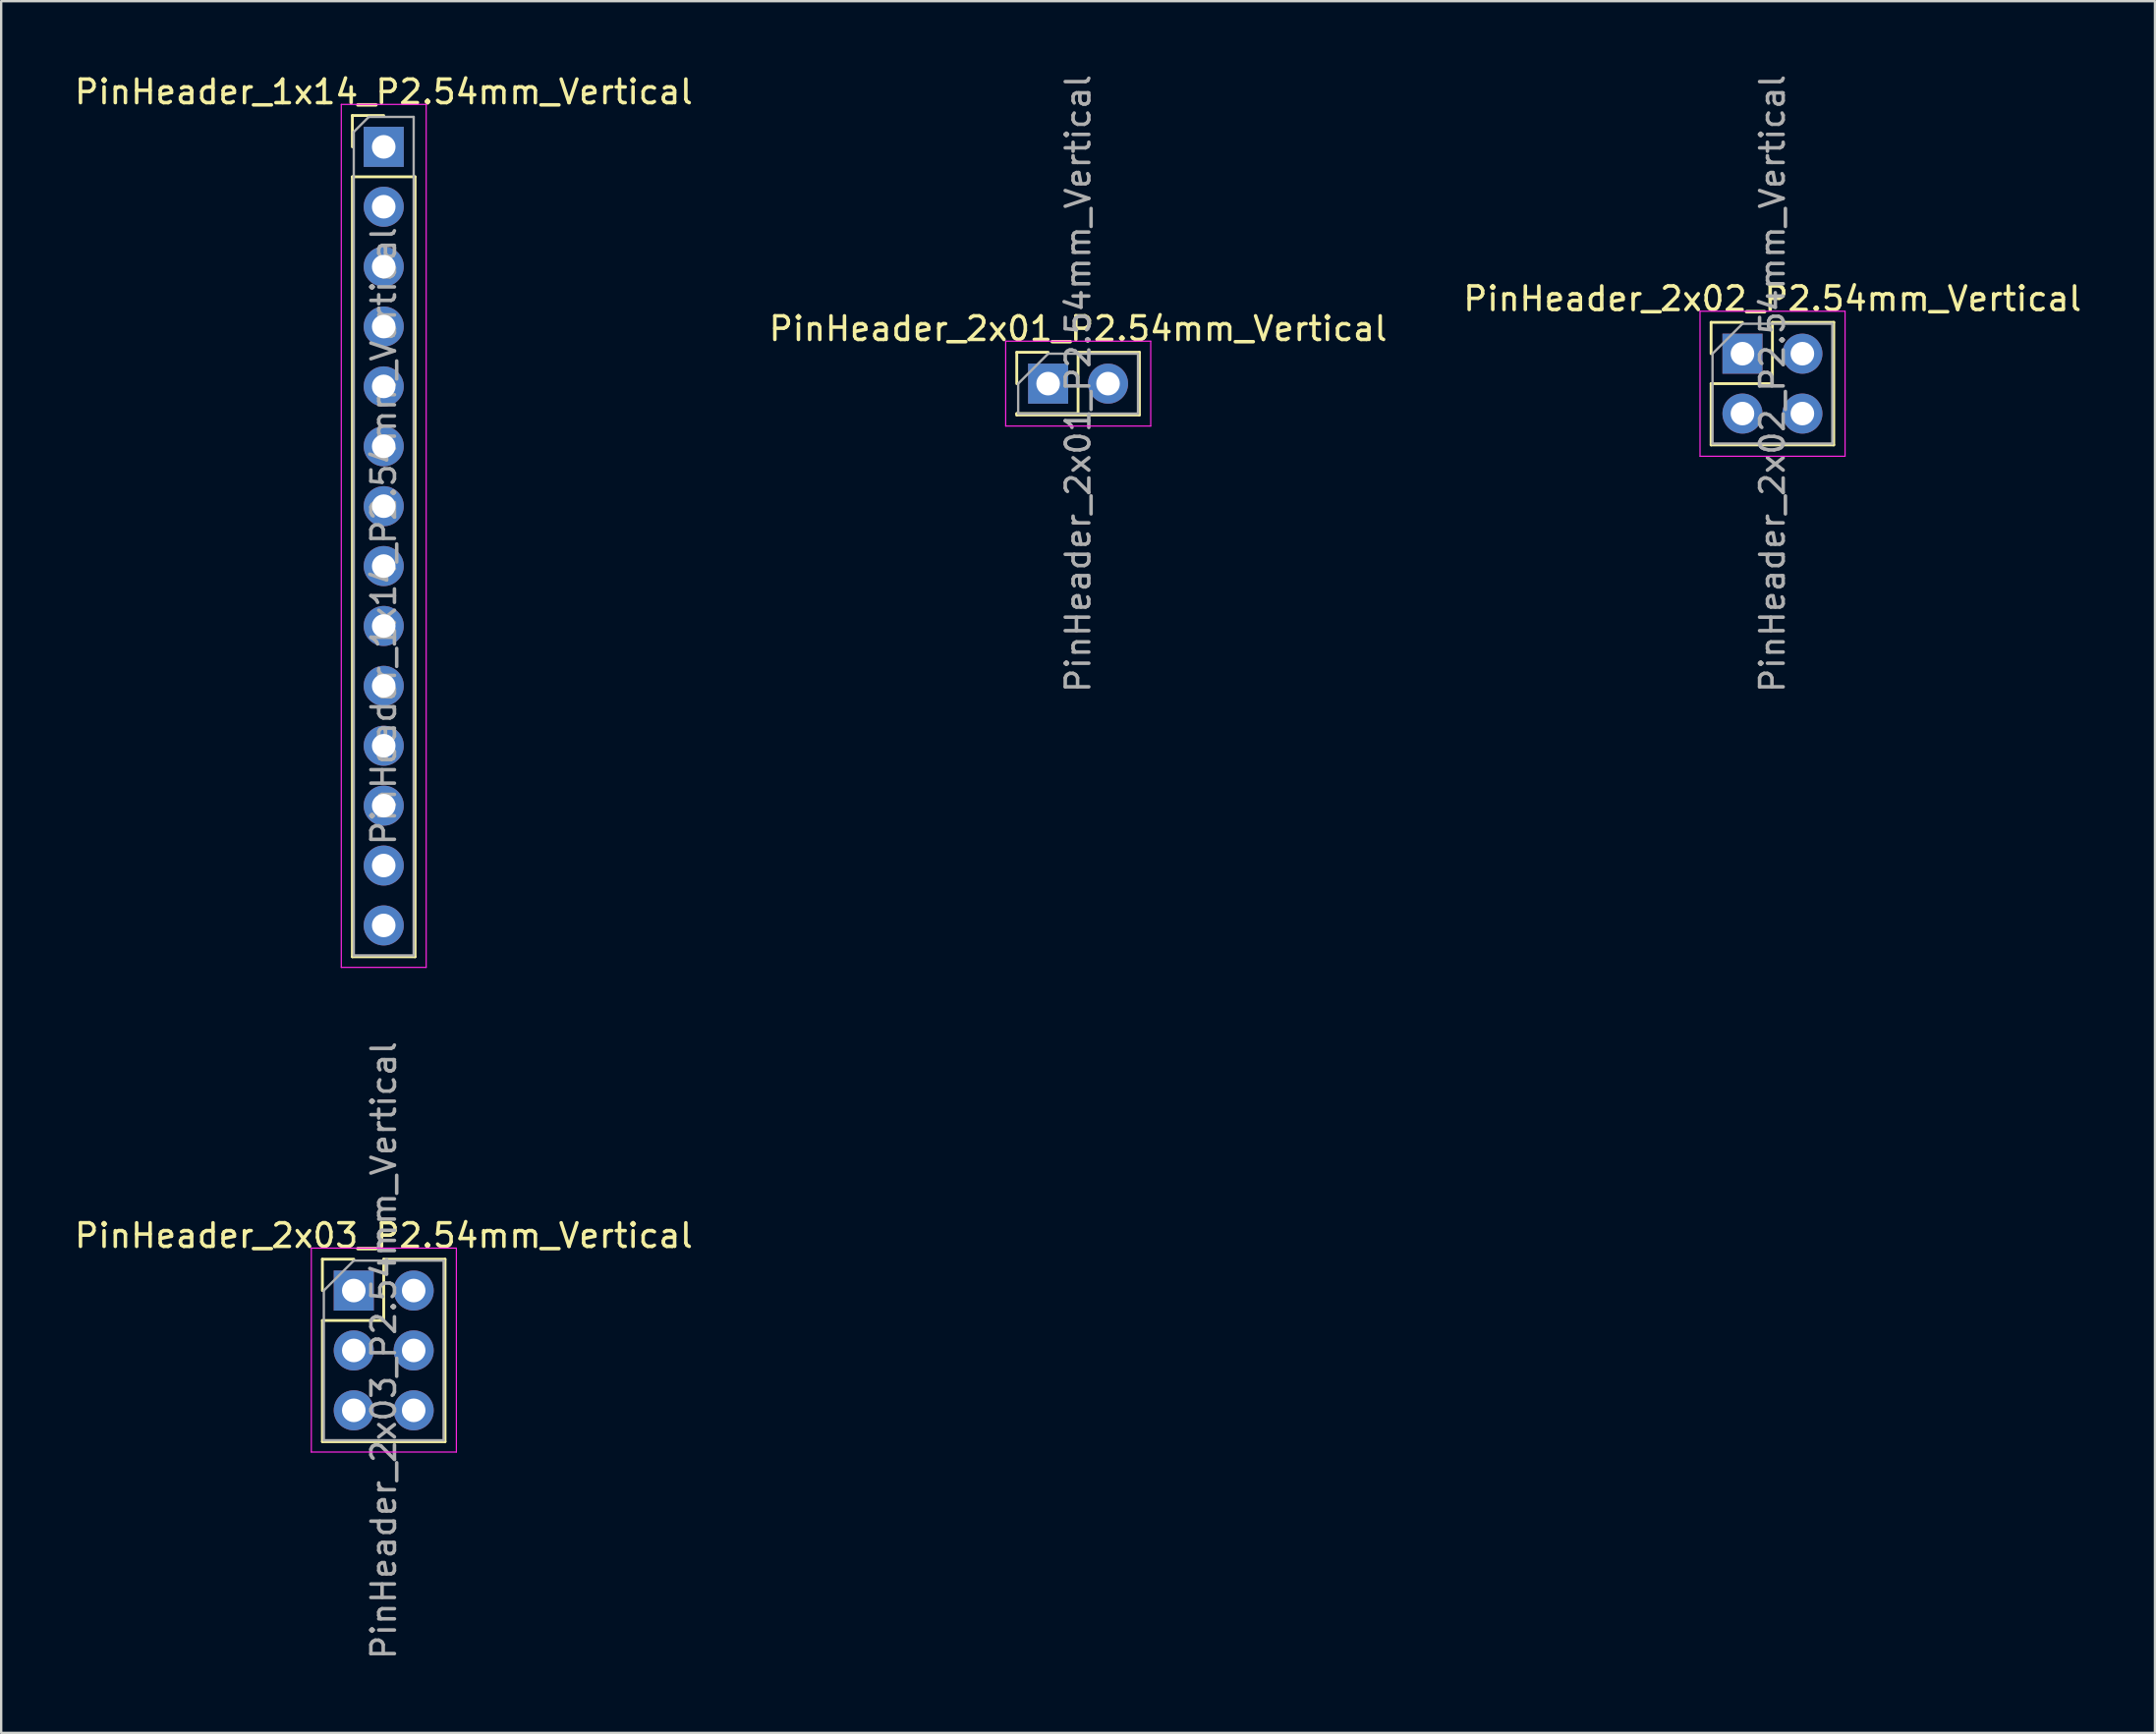
<source format=kicad_pcb>
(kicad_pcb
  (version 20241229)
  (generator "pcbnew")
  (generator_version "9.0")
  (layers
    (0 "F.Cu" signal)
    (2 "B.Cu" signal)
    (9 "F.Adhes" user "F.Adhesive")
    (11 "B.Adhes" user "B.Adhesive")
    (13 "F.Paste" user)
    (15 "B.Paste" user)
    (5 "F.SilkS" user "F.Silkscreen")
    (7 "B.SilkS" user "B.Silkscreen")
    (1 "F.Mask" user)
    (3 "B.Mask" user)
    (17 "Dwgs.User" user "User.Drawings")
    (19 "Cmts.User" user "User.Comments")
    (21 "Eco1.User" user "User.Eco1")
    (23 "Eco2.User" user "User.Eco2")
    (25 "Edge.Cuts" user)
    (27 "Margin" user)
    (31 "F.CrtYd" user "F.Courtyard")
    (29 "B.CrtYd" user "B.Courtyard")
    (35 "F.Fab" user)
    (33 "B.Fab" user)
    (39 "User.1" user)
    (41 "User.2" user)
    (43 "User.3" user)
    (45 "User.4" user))
  (footprint "PinHeader_2x03_P2.54mm_Vertical"
    (layer "F.Cu")
    (at 11.95 51.683)
    (property "Reference" "PinHeader_2x03_P2.54mm_Vertical" (at 1.27 -2.33 0) (layer "F.SilkS") (effects (font (size 1 1) (thickness 0.15))))
    (attr through_hole)
    (fp_line (start -1.33 -1.33) (end 0 -1.33) (stroke (width 0.12) (type solid)) (layer "F.SilkS"))
    (fp_line (start -1.33 0) (end -1.33 -1.33) (stroke (width 0.12) (type solid)) (layer "F.SilkS"))
    (fp_line (start -1.33 1.27) (end -1.33 6.41) (stroke (width 0.12) (type solid)) (layer "F.SilkS"))
    (fp_line (start -1.33 1.27) (end 1.27 1.27) (stroke (width 0.12) (type solid)) (layer "F.SilkS"))
    (fp_line (start -1.33 6.41) (end 3.87 6.41) (stroke (width 0.12) (type solid)) (layer "F.SilkS"))
    (fp_line (start 1.27 -1.33) (end 3.87 -1.33) (stroke (width 0.12) (type solid)) (layer "F.SilkS"))
    (fp_line (start 1.27 1.27) (end 1.27 -1.33) (stroke (width 0.12) (type solid)) (layer "F.SilkS"))
    (fp_line (start 3.87 -1.33) (end 3.87 6.41) (stroke (width 0.12) (type solid)) (layer "F.SilkS"))
    (fp_line (start -1.8 -1.8) (end -1.8 6.85) (stroke (width 0.05) (type solid)) (layer "F.CrtYd"))
    (fp_line (start -1.8 6.85) (end 4.35 6.85) (stroke (width 0.05) (type solid)) (layer "F.CrtYd"))
    (fp_line (start 4.35 -1.8) (end -1.8 -1.8) (stroke (width 0.05) (type solid)) (layer "F.CrtYd"))
    (fp_line (start 4.35 6.85) (end 4.35 -1.8) (stroke (width 0.05) (type solid)) (layer "F.CrtYd"))
    (fp_line (start -1.27 0) (end 0 -1.27) (stroke (width 0.1) (type solid)) (layer "F.Fab"))
    (fp_line (start -1.27 6.35) (end -1.27 0) (stroke (width 0.1) (type solid)) (layer "F.Fab"))
    (fp_line (start 0 -1.27) (end 3.81 -1.27) (stroke (width 0.1) (type solid)) (layer "F.Fab"))
    (fp_line (start 3.81 -1.27) (end 3.81 6.35) (stroke (width 0.1) (type solid)) (layer "F.Fab"))
    (fp_line (start 3.81 6.35) (end -1.27 6.35) (stroke (width 0.1) (type solid)) (layer "F.Fab"))
    (fp_text user "${REFERENCE}" (at 1.27 2.54 90) (layer "F.Fab") (effects (font (size 1 1) (thickness 0.15))))
    (pad "1" thru_hole rect (at 0 0) (size 1.7 1.7) (drill 1) (layers "*.Cu" "*.Mask"))
    (pad "2" thru_hole oval (at 2.54 0) (size 1.7 1.7) (drill 1) (layers "*.Cu" "*.Mask"))
    (pad "3" thru_hole oval (at 0 2.54) (size 1.7 1.7) (drill 1) (layers "*.Cu" "*.Mask"))
    (pad "4" thru_hole oval (at 2.54 2.54) (size 1.7 1.7) (drill 1) (layers "*.Cu" "*.Mask"))
    (pad "5" thru_hole oval (at 0 5.08) (size 1.7 1.7) (drill 1) (layers "*.Cu" "*.Mask"))
    (pad "6" thru_hole oval (at 2.54 5.08) (size 1.7 1.7) (drill 1) (layers "*.Cu" "*.Mask")))
  (footprint "PinHeader_2x02_P2.54mm_Vertical"
    (layer "F.Cu")
    (at 70.831 11.95)
    (property "Reference" "PinHeader_2x02_P2.54mm_Vertical" (at 1.27 -2.33 0) (layer "F.SilkS") (effects (font (size 1 1) (thickness 0.15))))
    (attr through_hole)
    (fp_line (start -1.33 -1.33) (end 0 -1.33) (stroke (width 0.12) (type solid)) (layer "F.SilkS"))
    (fp_line (start -1.33 0) (end -1.33 -1.33) (stroke (width 0.12) (type solid)) (layer "F.SilkS"))
    (fp_line (start -1.33 1.27) (end -1.33 3.87) (stroke (width 0.12) (type solid)) (layer "F.SilkS"))
    (fp_line (start -1.33 1.27) (end 1.27 1.27) (stroke (width 0.12) (type solid)) (layer "F.SilkS"))
    (fp_line (start -1.33 3.87) (end 3.87 3.87) (stroke (width 0.12) (type solid)) (layer "F.SilkS"))
    (fp_line (start 1.27 -1.33) (end 3.87 -1.33) (stroke (width 0.12) (type solid)) (layer "F.SilkS"))
    (fp_line (start 1.27 1.27) (end 1.27 -1.33) (stroke (width 0.12) (type solid)) (layer "F.SilkS"))
    (fp_line (start 3.87 -1.33) (end 3.87 3.87) (stroke (width 0.12) (type solid)) (layer "F.SilkS"))
    (fp_line (start -1.8 -1.8) (end -1.8 4.35) (stroke (width 0.05) (type solid)) (layer "F.CrtYd"))
    (fp_line (start -1.8 4.35) (end 4.35 4.35) (stroke (width 0.05) (type solid)) (layer "F.CrtYd"))
    (fp_line (start 4.35 -1.8) (end -1.8 -1.8) (stroke (width 0.05) (type solid)) (layer "F.CrtYd"))
    (fp_line (start 4.35 4.35) (end 4.35 -1.8) (stroke (width 0.05) (type solid)) (layer "F.CrtYd"))
    (fp_line (start -1.27 0) (end 0 -1.27) (stroke (width 0.1) (type solid)) (layer "F.Fab"))
    (fp_line (start -1.27 3.81) (end -1.27 0) (stroke (width 0.1) (type solid)) (layer "F.Fab"))
    (fp_line (start 0 -1.27) (end 3.81 -1.27) (stroke (width 0.1) (type solid)) (layer "F.Fab"))
    (fp_line (start 3.81 -1.27) (end 3.81 3.81) (stroke (width 0.1) (type solid)) (layer "F.Fab"))
    (fp_line (start 3.81 3.81) (end -1.27 3.81) (stroke (width 0.1) (type solid)) (layer "F.Fab"))
    (fp_text user "${REFERENCE}" (at 1.27 1.27 90) (layer "F.Fab") (effects (font (size 1 1) (thickness 0.15))))
    (pad "1" thru_hole rect (at 0 0) (size 1.7 1.7) (drill 1) (layers "*.Cu" "*.Mask"))
    (pad "2" thru_hole oval (at 2.54 0) (size 1.7 1.7) (drill 1) (layers "*.Cu" "*.Mask"))
    (pad "3" thru_hole oval (at 0 2.54) (size 1.7 1.7) (drill 1) (layers "*.Cu" "*.Mask"))
    (pad "4" thru_hole oval (at 2.54 2.54) (size 1.7 1.7) (drill 1) (layers "*.Cu" "*.Mask")))
  (footprint "PinHeader_2x01_P2.54mm_Vertical"
    (layer "F.Cu")
    (at 41.391 13.22)
    (property "Reference" "PinHeader_2x01_P2.54mm_Vertical" (at 1.27 -2.33 0) (layer "F.SilkS") (effects (font (size 1 1) (thickness 0.15))))
    (attr through_hole)
    (fp_line (start -1.33 -1.33) (end 0 -1.33) (stroke (width 0.12) (type solid)) (layer "F.SilkS"))
    (fp_line (start -1.33 0) (end -1.33 -1.33) (stroke (width 0.12) (type solid)) (layer "F.SilkS"))
    (fp_line (start -1.33 1.27) (end -1.33 1.33) (stroke (width 0.12) (type solid)) (layer "F.SilkS"))
    (fp_line (start -1.33 1.27) (end 1.27 1.27) (stroke (width 0.12) (type solid)) (layer "F.SilkS"))
    (fp_line (start -1.33 1.33) (end 3.87 1.33) (stroke (width 0.12) (type solid)) (layer "F.SilkS"))
    (fp_line (start 1.27 -1.33) (end 3.87 -1.33) (stroke (width 0.12) (type solid)) (layer "F.SilkS"))
    (fp_line (start 1.27 1.27) (end 1.27 -1.33) (stroke (width 0.12) (type solid)) (layer "F.SilkS"))
    (fp_line (start 3.87 -1.33) (end 3.87 1.33) (stroke (width 0.12) (type solid)) (layer "F.SilkS"))
    (fp_line (start -1.8 -1.8) (end -1.8 1.8) (stroke (width 0.05) (type solid)) (layer "F.CrtYd"))
    (fp_line (start -1.8 1.8) (end 4.35 1.8) (stroke (width 0.05) (type solid)) (layer "F.CrtYd"))
    (fp_line (start 4.35 -1.8) (end -1.8 -1.8) (stroke (width 0.05) (type solid)) (layer "F.CrtYd"))
    (fp_line (start 4.35 1.8) (end 4.35 -1.8) (stroke (width 0.05) (type solid)) (layer "F.CrtYd"))
    (fp_line (start -1.27 0) (end 0 -1.27) (stroke (width 0.1) (type solid)) (layer "F.Fab"))
    (fp_line (start -1.27 1.27) (end -1.27 0) (stroke (width 0.1) (type solid)) (layer "F.Fab"))
    (fp_line (start 0 -1.27) (end 3.81 -1.27) (stroke (width 0.1) (type solid)) (layer "F.Fab"))
    (fp_line (start 3.81 -1.27) (end 3.81 1.27) (stroke (width 0.1) (type solid)) (layer "F.Fab"))
    (fp_line (start 3.81 1.27) (end -1.27 1.27) (stroke (width 0.1) (type solid)) (layer "F.Fab"))
    (fp_text user "${REFERENCE}" (at 1.27 0 90) (layer "F.Fab") (effects (font (size 1 1) (thickness 0.15))))
    (pad "1" thru_hole rect (at 0 0) (size 1.7 1.7) (drill 1) (layers "*.Cu" "*.Mask"))
    (pad "2" thru_hole oval (at 2.54 0) (size 1.7 1.7) (drill 1) (layers "*.Cu" "*.Mask")))
  (footprint "PinHeader_1x14_P2.54mm_Vertical"
    (layer "F.Cu")
    (at 13.22 3.178)
    (property "Reference" "PinHeader_1x14_P2.54mm_Vertical" (at 0 -2.33 0) (layer "F.SilkS") (effects (font (size 1 1) (thickness 0.15))))
    (attr through_hole)
    (fp_line (start -1.33 -1.33) (end 0 -1.33) (stroke (width 0.12) (type solid)) (layer "F.SilkS"))
    (fp_line (start -1.33 0) (end -1.33 -1.33) (stroke (width 0.12) (type solid)) (layer "F.SilkS"))
    (fp_line (start -1.33 1.27) (end -1.33 34.35) (stroke (width 0.12) (type solid)) (layer "F.SilkS"))
    (fp_line (start -1.33 1.27) (end 1.33 1.27) (stroke (width 0.12) (type solid)) (layer "F.SilkS"))
    (fp_line (start -1.33 34.35) (end 1.33 34.35) (stroke (width 0.12) (type solid)) (layer "F.SilkS"))
    (fp_line (start 1.33 1.27) (end 1.33 34.35) (stroke (width 0.12) (type solid)) (layer "F.SilkS"))
    (fp_line (start -1.8 -1.8) (end -1.8 34.8) (stroke (width 0.05) (type solid)) (layer "F.CrtYd"))
    (fp_line (start -1.8 34.8) (end 1.8 34.8) (stroke (width 0.05) (type solid)) (layer "F.CrtYd"))
    (fp_line (start 1.8 -1.8) (end -1.8 -1.8) (stroke (width 0.05) (type solid)) (layer "F.CrtYd"))
    (fp_line (start 1.8 34.8) (end 1.8 -1.8) (stroke (width 0.05) (type solid)) (layer "F.CrtYd"))
    (fp_line (start -1.27 -0.635) (end -0.635 -1.27) (stroke (width 0.1) (type solid)) (layer "F.Fab"))
    (fp_line (start -1.27 34.29) (end -1.27 -0.635) (stroke (width 0.1) (type solid)) (layer "F.Fab"))
    (fp_line (start -0.635 -1.27) (end 1.27 -1.27) (stroke (width 0.1) (type solid)) (layer "F.Fab"))
    (fp_line (start 1.27 -1.27) (end 1.27 34.29) (stroke (width 0.1) (type solid)) (layer "F.Fab"))
    (fp_line (start 1.27 34.29) (end -1.27 34.29) (stroke (width 0.1) (type solid)) (layer "F.Fab"))
    (fp_text user "${REFERENCE}" (at 0 16.51 90) (layer "F.Fab") (effects (font (size 1 1) (thickness 0.15))))
    (pad "1" thru_hole rect (at 0 0) (size 1.7 1.7) (drill 1) (layers "*.Cu" "*.Mask"))
    (pad "2" thru_hole oval (at 0 2.54) (size 1.7 1.7) (drill 1) (layers "*.Cu" "*.Mask"))
    (pad "3" thru_hole oval (at 0 5.08) (size 1.7 1.7) (drill 1) (layers "*.Cu" "*.Mask"))
    (pad "4" thru_hole oval (at 0 7.62) (size 1.7 1.7) (drill 1) (layers "*.Cu" "*.Mask"))
    (pad "5" thru_hole oval (at 0 10.16) (size 1.7 1.7) (drill 1) (layers "*.Cu" "*.Mask"))
    (pad "6" thru_hole oval (at 0 12.7) (size 1.7 1.7) (drill 1) (layers "*.Cu" "*.Mask"))
    (pad "7" thru_hole oval (at 0 15.24) (size 1.7 1.7) (drill 1) (layers "*.Cu" "*.Mask"))
    (pad "8" thru_hole oval (at 0 17.78) (size 1.7 1.7) (drill 1) (layers "*.Cu" "*.Mask"))
    (pad "9" thru_hole oval (at 0 20.32) (size 1.7 1.7) (drill 1) (layers "*.Cu" "*.Mask"))
    (pad "10" thru_hole oval (at 0 22.86) (size 1.7 1.7) (drill 1) (layers "*.Cu" "*.Mask"))
    (pad "11" thru_hole oval (at 0 25.4) (size 1.7 1.7) (drill 1) (layers "*.Cu" "*.Mask"))
    (pad "12" thru_hole oval (at 0 27.94) (size 1.7 1.7) (drill 1) (layers "*.Cu" "*.Mask"))
    (pad "13" thru_hole oval (at 0 30.48) (size 1.7 1.7) (drill 1) (layers "*.Cu" "*.Mask"))
    (pad "14" thru_hole oval (at 0 33.02) (size 1.7 1.7) (drill 1) (layers "*.Cu" "*.Mask")))
  (gr_rect
    (start -3 -3)
    (end 88.321 70.444)
    (stroke (width 0.1) (type default))
    (fill no)
    (layer "Edge.Cuts")))
</source>
